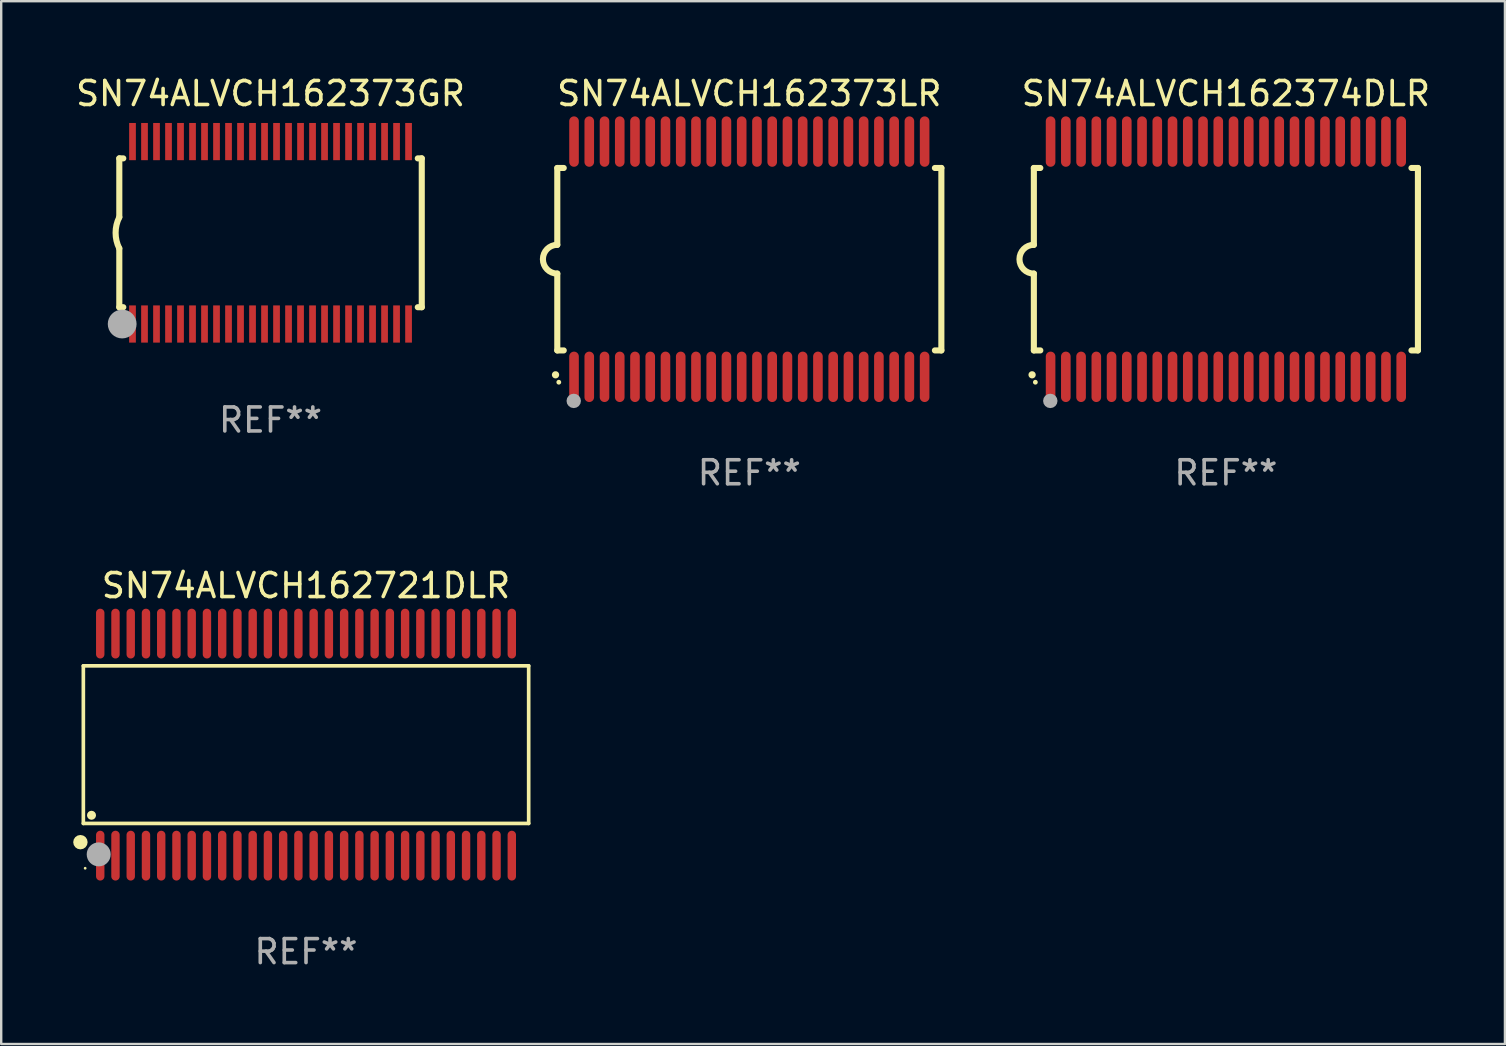
<source format=kicad_pcb>
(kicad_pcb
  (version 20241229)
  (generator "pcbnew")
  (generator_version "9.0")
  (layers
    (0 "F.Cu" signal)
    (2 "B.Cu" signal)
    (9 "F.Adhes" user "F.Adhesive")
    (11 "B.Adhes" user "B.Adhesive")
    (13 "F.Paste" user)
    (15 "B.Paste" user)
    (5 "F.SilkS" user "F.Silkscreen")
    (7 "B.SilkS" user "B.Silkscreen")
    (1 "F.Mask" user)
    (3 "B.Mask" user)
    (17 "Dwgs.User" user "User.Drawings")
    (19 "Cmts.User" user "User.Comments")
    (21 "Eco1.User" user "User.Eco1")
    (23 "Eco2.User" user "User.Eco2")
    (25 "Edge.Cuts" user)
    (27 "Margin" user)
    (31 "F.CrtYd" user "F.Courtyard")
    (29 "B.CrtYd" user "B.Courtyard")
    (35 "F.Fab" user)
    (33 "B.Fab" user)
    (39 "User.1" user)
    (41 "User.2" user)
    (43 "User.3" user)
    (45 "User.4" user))
  (footprint "SN74ALVCH162373GR"
    (layer "F.Cu")
    (at 8.22 6.648)
    (property "Reference" "SN74ALVCH162373GR" (at 0 -5.8 0) (layer "F.SilkS") (effects (font (size 1 1) (thickness 0.15))))
    (attr through_hole)
    (fp_line (start -6.3 -3.1) (end -6.3 -0.65) (stroke (width 0.254) (type solid)) (layer "F.SilkS"))
    (fp_line (start -6.3 -3.1) (end -6.134 -3.1) (stroke (width 0.254) (type solid)) (layer "F.SilkS"))
    (fp_line (start -6.3 3.1) (end -6.3 0.65) (stroke (width 0.254) (type solid)) (layer "F.SilkS"))
    (fp_line (start -6.3 3.1) (end -6.134 3.1) (stroke (width 0.254) (type solid)) (layer "F.SilkS"))
    (fp_line (start 6.134 -3.1) (end 6.3 -3.1) (stroke (width 0.254) (type solid)) (layer "F.SilkS"))
    (fp_line (start 6.134 3.1) (end 6.3 3.1) (stroke (width 0.254) (type solid)) (layer "F.SilkS"))
    (fp_line (start 6.3 -3.1) (end 6.3 3.1) (stroke (width 0.254) (type solid)) (layer "F.SilkS"))
    (fp_arc (start -6.301016 0.650114) (mid -6.45413 -0.000082) (end -6.3 -0.650038) (stroke (width 0.254001) (type solid)) (layer "F.SilkS"))
    (fp_circle (center -6.35 3.81) (end -6.223 3.81) (stroke (width 0.254) (type solid)) (fill no) (layer "F.SilkS"))
    (fp_circle (center -6.25 4.05) (end -6.22 4.05) (stroke (width 0.06) (type solid)) (fill no) (layer "F.SilkS"))
    (fp_circle (center -6.18 3.8) (end -5.88 3.8) (stroke (width 0.6) (type solid)) (fill no) (layer "F.Fab"))
    (fp_text user "REF**" (at 0 7.8 0) (layer "F.Fab") (effects (font (size 1 1) (thickness 0.15))))
    (pad "1" smd rect (at -5.75 3.8) (size 0.28 1.55) (layers "F.Cu" "F.Mask" "F.Paste"))
    (pad "2" smd rect (at -5.25 3.8) (size 0.28 1.55) (layers "F.Cu" "F.Mask" "F.Paste"))
    (pad "3" smd rect (at -4.75 3.8) (size 0.28 1.55) (layers "F.Cu" "F.Mask" "F.Paste"))
    (pad "4" smd rect (at -4.25 3.8) (size 0.28 1.55) (layers "F.Cu" "F.Mask" "F.Paste"))
    (pad "5" smd rect (at -3.75 3.8) (size 0.28 1.55) (layers "F.Cu" "F.Mask" "F.Paste"))
    (pad "6" smd rect (at -3.25 3.8) (size 0.28 1.55) (layers "F.Cu" "F.Mask" "F.Paste"))
    (pad "7" smd rect (at -2.75 3.8) (size 0.28 1.55) (layers "F.Cu" "F.Mask" "F.Paste"))
    (pad "8" smd rect (at -2.25 3.8) (size 0.28 1.55) (layers "F.Cu" "F.Mask" "F.Paste"))
    (pad "9" smd rect (at -1.75 3.8) (size 0.28 1.55) (layers "F.Cu" "F.Mask" "F.Paste"))
    (pad "10" smd rect (at -1.25 3.8) (size 0.28 1.55) (layers "F.Cu" "F.Mask" "F.Paste"))
    (pad "11" smd rect (at -0.75 3.8) (size 0.28 1.55) (layers "F.Cu" "F.Mask" "F.Paste"))
    (pad "12" smd rect (at -0.25 3.8) (size 0.28 1.55) (layers "F.Cu" "F.Mask" "F.Paste"))
    (pad "13" smd rect (at 0.25 3.8) (size 0.28 1.55) (layers "F.Cu" "F.Mask" "F.Paste"))
    (pad "14" smd rect (at 0.75 3.8) (size 0.28 1.55) (layers "F.Cu" "F.Mask" "F.Paste"))
    (pad "15" smd rect (at 1.25 3.8) (size 0.28 1.55) (layers "F.Cu" "F.Mask" "F.Paste"))
    (pad "16" smd rect (at 1.75 3.8) (size 0.28 1.55) (layers "F.Cu" "F.Mask" "F.Paste"))
    (pad "17" smd rect (at 2.25 3.8) (size 0.28 1.55) (layers "F.Cu" "F.Mask" "F.Paste"))
    (pad "18" smd rect (at 2.75 3.8) (size 0.28 1.55) (layers "F.Cu" "F.Mask" "F.Paste"))
    (pad "19" smd rect (at 3.25 3.8) (size 0.28 1.55) (layers "F.Cu" "F.Mask" "F.Paste"))
    (pad "20" smd rect (at 3.75 3.8) (size 0.28 1.55) (layers "F.Cu" "F.Mask" "F.Paste"))
    (pad "21" smd rect (at 4.25 3.8) (size 0.28 1.55) (layers "F.Cu" "F.Mask" "F.Paste"))
    (pad "22" smd rect (at 4.75 3.8) (size 0.28 1.55) (layers "F.Cu" "F.Mask" "F.Paste"))
    (pad "23" smd rect (at 5.25 3.8) (size 0.28 1.55) (layers "F.Cu" "F.Mask" "F.Paste"))
    (pad "24" smd rect (at 5.75 3.8) (size 0.28 1.55) (layers "F.Cu" "F.Mask" "F.Paste"))
    (pad "25" smd rect (at 5.75 -3.8) (size 0.28 1.55) (layers "F.Cu" "F.Mask" "F.Paste"))
    (pad "26" smd rect (at 5.25 -3.8) (size 0.28 1.55) (layers "F.Cu" "F.Mask" "F.Paste"))
    (pad "27" smd rect (at 4.75 -3.8) (size 0.28 1.55) (layers "F.Cu" "F.Mask" "F.Paste"))
    (pad "28" smd rect (at 4.25 -3.8) (size 0.28 1.55) (layers "F.Cu" "F.Mask" "F.Paste"))
    (pad "29" smd rect (at 3.75 -3.8) (size 0.28 1.55) (layers "F.Cu" "F.Mask" "F.Paste"))
    (pad "30" smd rect (at 3.25 -3.8) (size 0.28 1.55) (layers "F.Cu" "F.Mask" "F.Paste"))
    (pad "31" smd rect (at 2.75 -3.8) (size 0.28 1.55) (layers "F.Cu" "F.Mask" "F.Paste"))
    (pad "32" smd rect (at 2.25 -3.8) (size 0.28 1.55) (layers "F.Cu" "F.Mask" "F.Paste"))
    (pad "33" smd rect (at 1.75 -3.8) (size 0.28 1.55) (layers "F.Cu" "F.Mask" "F.Paste"))
    (pad "34" smd rect (at 1.25 -3.8) (size 0.28 1.55) (layers "F.Cu" "F.Mask" "F.Paste"))
    (pad "35" smd rect (at 0.75 -3.8) (size 0.28 1.55) (layers "F.Cu" "F.Mask" "F.Paste"))
    (pad "36" smd rect (at 0.25 -3.8) (size 0.28 1.55) (layers "F.Cu" "F.Mask" "F.Paste"))
    (pad "37" smd rect (at -0.25 -3.8) (size 0.28 1.55) (layers "F.Cu" "F.Mask" "F.Paste"))
    (pad "38" smd rect (at -0.75 -3.8) (size 0.28 1.55) (layers "F.Cu" "F.Mask" "F.Paste"))
    (pad "39" smd rect (at -1.25 -3.8) (size 0.28 1.55) (layers "F.Cu" "F.Mask" "F.Paste"))
    (pad "40" smd rect (at -1.75 -3.8) (size 0.28 1.55) (layers "F.Cu" "F.Mask" "F.Paste"))
    (pad "41" smd rect (at -2.25 -3.8) (size 0.28 1.55) (layers "F.Cu" "F.Mask" "F.Paste"))
    (pad "42" smd rect (at -2.75 -3.8) (size 0.28 1.55) (layers "F.Cu" "F.Mask" "F.Paste"))
    (pad "43" smd rect (at -3.25 -3.8) (size 0.28 1.55) (layers "F.Cu" "F.Mask" "F.Paste"))
    (pad "44" smd rect (at -3.75 -3.8) (size 0.28 1.55) (layers "F.Cu" "F.Mask" "F.Paste"))
    (pad "45" smd rect (at -4.25 -3.8) (size 0.28 1.55) (layers "F.Cu" "F.Mask" "F.Paste"))
    (pad "46" smd rect (at -4.75 -3.8) (size 0.28 1.55) (layers "F.Cu" "F.Mask" "F.Paste"))
    (pad "47" smd rect (at -5.25 -3.8) (size 0.28 1.55) (layers "F.Cu" "F.Mask" "F.Paste"))
    (pad "48" smd rect (at -5.75 -3.8) (size 0.28 1.55) (layers "F.Cu" "F.Mask" "F.Paste")))
  (footprint "SN74ALVCH162374DLR"
    (layer "F.Cu")
    (at 48.019 7.748)
    (property "Reference" "SN74ALVCH162374DLR" (at 0 -6.9 0) (layer "F.SilkS") (effects (font (size 1 1) (thickness 0.15))))
    (attr through_hole)
    (fp_line (start -8 -3.8) (end -8 -0.599) (stroke (width 0.254) (type solid)) (layer "F.SilkS"))
    (fp_line (start -8 -3.8) (end -7.731 -3.8) (stroke (width 0.254) (type solid)) (layer "F.SilkS"))
    (fp_line (start -8 3.8) (end -8 0.599) (stroke (width 0.254) (type solid)) (layer "F.SilkS"))
    (fp_line (start -7.731 3.8) (end -8 3.8) (stroke (width 0.254) (type solid)) (layer "F.SilkS"))
    (fp_line (start 7.731 -3.8) (end 8 -3.8) (stroke (width 0.254) (type solid)) (layer "F.SilkS"))
    (fp_line (start 8 -3.8) (end 8 3.8) (stroke (width 0.254) (type solid)) (layer "F.SilkS"))
    (fp_line (start 8 3.8) (end 7.731 3.8) (stroke (width 0.254) (type solid)) (layer "F.SilkS"))
    (fp_arc (start -8.074676 4.81585) (mid -8.073406 4.815845) (end -8.072136 4.81585) (stroke (width 0.3) (type solid)) (layer "F.SilkS"))
    (fp_arc (start -8.000025 0.6) (mid -8.598908 0.00056) (end -8.000027 -0.598882) (stroke (width 0.254001) (type solid)) (layer "F.SilkS"))
    (fp_circle (center -7.937 5.125) (end -7.887 5.125) (stroke (width 0.1) (type solid)) (fill no) (layer "F.SilkS"))
    (fp_circle (center -7.315 5.903) (end -7.165 5.903) (stroke (width 0.3) (type solid)) (fill no) (layer "F.Fab"))
    (fp_text user "REF**" (at 0 8.9 0) (layer "F.Fab") (effects (font (size 1 1) (thickness 0.15))))
    (pad "1" smd oval (at -7.303 4.9) (size 0.4 2.1) (layers "F.Cu" "F.Mask" "F.Paste"))
    (pad "2" smd oval (at -6.668 4.9) (size 0.4 2.1) (layers "F.Cu" "F.Mask" "F.Paste"))
    (pad "3" smd oval (at -6.033 4.9) (size 0.4 2.1) (layers "F.Cu" "F.Mask" "F.Paste"))
    (pad "4" smd oval (at -5.398 4.9) (size 0.4 2.1) (layers "F.Cu" "F.Mask" "F.Paste"))
    (pad "5" smd oval (at -4.763 4.9) (size 0.4 2.1) (layers "F.Cu" "F.Mask" "F.Paste"))
    (pad "6" smd oval (at -4.128 4.9) (size 0.4 2.1) (layers "F.Cu" "F.Mask" "F.Paste"))
    (pad "7" smd oval (at -3.493 4.9) (size 0.4 2.1) (layers "F.Cu" "F.Mask" "F.Paste"))
    (pad "8" smd oval (at -2.858 4.9) (size 0.4 2.1) (layers "F.Cu" "F.Mask" "F.Paste"))
    (pad "9" smd oval (at -2.223 4.9) (size 0.4 2.1) (layers "F.Cu" "F.Mask" "F.Paste"))
    (pad "10" smd oval (at -1.588 4.9) (size 0.4 2.1) (layers "F.Cu" "F.Mask" "F.Paste"))
    (pad "11" smd oval (at -0.953 4.9) (size 0.4 2.1) (layers "F.Cu" "F.Mask" "F.Paste"))
    (pad "12" smd oval (at -0.318 4.9) (size 0.4 2.1) (layers "F.Cu" "F.Mask" "F.Paste"))
    (pad "13" smd oval (at 0.318 4.9) (size 0.4 2.1) (layers "F.Cu" "F.Mask" "F.Paste"))
    (pad "14" smd oval (at 0.953 4.9) (size 0.4 2.1) (layers "F.Cu" "F.Mask" "F.Paste"))
    (pad "15" smd oval (at 1.588 4.9) (size 0.4 2.1) (layers "F.Cu" "F.Mask" "F.Paste"))
    (pad "16" smd oval (at 2.223 4.9) (size 0.4 2.1) (layers "F.Cu" "F.Mask" "F.Paste"))
    (pad "17" smd oval (at 2.858 4.9) (size 0.4 2.1) (layers "F.Cu" "F.Mask" "F.Paste"))
    (pad "18" smd oval (at 3.493 4.9) (size 0.4 2.1) (layers "F.Cu" "F.Mask" "F.Paste"))
    (pad "19" smd oval (at 4.128 4.9) (size 0.4 2.1) (layers "F.Cu" "F.Mask" "F.Paste"))
    (pad "20" smd oval (at 4.763 4.9) (size 0.4 2.1) (layers "F.Cu" "F.Mask" "F.Paste"))
    (pad "21" smd oval (at 5.398 4.9) (size 0.4 2.1) (layers "F.Cu" "F.Mask" "F.Paste"))
    (pad "22" smd oval (at 6.033 4.9) (size 0.4 2.1) (layers "F.Cu" "F.Mask" "F.Paste"))
    (pad "23" smd oval (at 6.668 4.9) (size 0.4 2.1) (layers "F.Cu" "F.Mask" "F.Paste"))
    (pad "24" smd oval (at 7.303 4.9) (size 0.4 2.1) (layers "F.Cu" "F.Mask" "F.Paste"))
    (pad "25" smd oval (at 7.303 -4.9 180) (size 0.4 2.1) (layers "F.Cu" "F.Mask" "F.Paste"))
    (pad "26" smd oval (at 6.668 -4.9 180) (size 0.4 2.1) (layers "F.Cu" "F.Mask" "F.Paste"))
    (pad "27" smd oval (at 6.033 -4.9 180) (size 0.4 2.1) (layers "F.Cu" "F.Mask" "F.Paste"))
    (pad "28" smd oval (at 5.398 -4.9 180) (size 0.4 2.1) (layers "F.Cu" "F.Mask" "F.Paste"))
    (pad "29" smd oval (at 4.763 -4.9 180) (size 0.4 2.1) (layers "F.Cu" "F.Mask" "F.Paste"))
    (pad "30" smd oval (at 4.128 -4.9 180) (size 0.4 2.1) (layers "F.Cu" "F.Mask" "F.Paste"))
    (pad "31" smd oval (at 3.493 -4.9 180) (size 0.4 2.1) (layers "F.Cu" "F.Mask" "F.Paste"))
    (pad "32" smd oval (at 2.858 -4.9 180) (size 0.4 2.1) (layers "F.Cu" "F.Mask" "F.Paste"))
    (pad "33" smd oval (at 2.223 -4.9 180) (size 0.4 2.1) (layers "F.Cu" "F.Mask" "F.Paste"))
    (pad "34" smd oval (at 1.588 -4.9 180) (size 0.4 2.1) (layers "F.Cu" "F.Mask" "F.Paste"))
    (pad "35" smd oval (at 0.953 -4.9 180) (size 0.4 2.1) (layers "F.Cu" "F.Mask" "F.Paste"))
    (pad "36" smd oval (at 0.318 -4.9 180) (size 0.4 2.1) (layers "F.Cu" "F.Mask" "F.Paste"))
    (pad "37" smd oval (at -0.318 -4.9 180) (size 0.4 2.1) (layers "F.Cu" "F.Mask" "F.Paste"))
    (pad "38" smd oval (at -0.953 -4.9 180) (size 0.4 2.1) (layers "F.Cu" "F.Mask" "F.Paste"))
    (pad "39" smd oval (at -1.588 -4.9 180) (size 0.4 2.1) (layers "F.Cu" "F.Mask" "F.Paste"))
    (pad "40" smd oval (at -2.223 -4.9 180) (size 0.4 2.1) (layers "F.Cu" "F.Mask" "F.Paste"))
    (pad "41" smd oval (at -2.858 -4.9 180) (size 0.4 2.1) (layers "F.Cu" "F.Mask" "F.Paste"))
    (pad "42" smd oval (at -3.493 -4.9 180) (size 0.4 2.1) (layers "F.Cu" "F.Mask" "F.Paste"))
    (pad "43" smd oval (at -4.128 -4.9 180) (size 0.4 2.1) (layers "F.Cu" "F.Mask" "F.Paste"))
    (pad "44" smd oval (at -4.763 -4.9 180) (size 0.4 2.1) (layers "F.Cu" "F.Mask" "F.Paste"))
    (pad "45" smd oval (at -5.398 -4.9 180) (size 0.4 2.1) (layers "F.Cu" "F.Mask" "F.Paste"))
    (pad "46" smd oval (at -6.033 -4.9 180) (size 0.4 2.1) (layers "F.Cu" "F.Mask" "F.Paste"))
    (pad "47" smd oval (at -6.668 -4.9 180) (size 0.4 2.1) (layers "F.Cu" "F.Mask" "F.Paste"))
    (pad "48" smd oval (at -7.303 -4.9 180) (size 0.4 2.1) (layers "F.Cu" "F.Mask" "F.Paste")))
  (footprint "SN74ALVCH162721DLR"
    (layer "F.Cu")
    (at 9.698 27.97)
    (property "Reference" "SN74ALVCH162721DLR" (at 0 -6.625 0) (layer "F.SilkS") (effects (font (size 1 1) (thickness 0.15))))
    (attr through_hole)
    (fp_line (start -9.276 -3.283) (end 9.276 -3.283) (stroke (width 0.152) (type solid)) (layer "F.SilkS"))
    (fp_line (start -9.276 3.283) (end -9.276 -3.283) (stroke (width 0.152) (type solid)) (layer "F.SilkS"))
    (fp_line (start 9.276 -3.283) (end 9.276 3.283) (stroke (width 0.152) (type solid)) (layer "F.SilkS"))
    (fp_line (start 9.276 3.283) (end -9.276 3.283) (stroke (width 0.152) (type solid)) (layer "F.SilkS"))
    (fp_circle (center -9.398 4.064) (end -9.248 4.064) (stroke (width 0.3) (type solid)) (fill no) (layer "F.SilkS"))
    (fp_circle (center -9.2 5.15) (end -9.17 5.15) (stroke (width 0.06) (type solid)) (fill no) (layer "F.SilkS"))
    (fp_circle (center -8.936 2.943) (end -8.842 2.943) (stroke (width 0.188) (type solid)) (fill no) (layer "F.SilkS"))
    (fp_circle (center -8.636 4.572) (end -8.386 4.572) (stroke (width 0.5) (type solid)) (fill no) (layer "F.Fab"))
    (fp_text user "REF**" (at 0 8.625 0) (layer "F.Fab") (effects (font (size 1 1) (thickness 0.15))))
    (pad "1" smd oval (at -8.572 4.625 90) (size 2.075 0.35) (layers "F.Cu" "F.Mask" "F.Paste"))
    (pad "2" smd oval (at -7.937 4.625 90) (size 2.075 0.35) (layers "F.Cu" "F.Mask" "F.Paste"))
    (pad "3" smd oval (at -7.302 4.625 90) (size 2.075 0.35) (layers "F.Cu" "F.Mask" "F.Paste"))
    (pad "4" smd oval (at -6.667 4.625 90) (size 2.075 0.35) (layers "F.Cu" "F.Mask" "F.Paste"))
    (pad "5" smd oval (at -6.032 4.625 90) (size 2.075 0.35) (layers "F.Cu" "F.Mask" "F.Paste"))
    (pad "6" smd oval (at -5.397 4.625 90) (size 2.075 0.35) (layers "F.Cu" "F.Mask" "F.Paste"))
    (pad "7" smd oval (at -4.762 4.625 90) (size 2.075 0.35) (layers "F.Cu" "F.Mask" "F.Paste"))
    (pad "8" smd oval (at -4.127 4.625 90) (size 2.075 0.35) (layers "F.Cu" "F.Mask" "F.Paste"))
    (pad "9" smd oval (at -3.492 4.625 90) (size 2.075 0.35) (layers "F.Cu" "F.Mask" "F.Paste"))
    (pad "10" smd oval (at -2.857 4.625 90) (size 2.075 0.35) (layers "F.Cu" "F.Mask" "F.Paste"))
    (pad "11" smd oval (at -2.222 4.625 90) (size 2.075 0.35) (layers "F.Cu" "F.Mask" "F.Paste"))
    (pad "12" smd oval (at -1.587 4.625 90) (size 2.075 0.35) (layers "F.Cu" "F.Mask" "F.Paste"))
    (pad "13" smd oval (at -0.952 4.625 90) (size 2.075 0.35) (layers "F.Cu" "F.Mask" "F.Paste"))
    (pad "14" smd oval (at -0.317 4.625 90) (size 2.075 0.35) (layers "F.Cu" "F.Mask" "F.Paste"))
    (pad "15" smd oval (at 0.318 4.625 90) (size 2.075 0.35) (layers "F.Cu" "F.Mask" "F.Paste"))
    (pad "16" smd oval (at 0.953 4.625 90) (size 2.075 0.35) (layers "F.Cu" "F.Mask" "F.Paste"))
    (pad "17" smd oval (at 1.588 4.625 90) (size 2.075 0.35) (layers "F.Cu" "F.Mask" "F.Paste"))
    (pad "18" smd oval (at 2.223 4.625 90) (size 2.075 0.35) (layers "F.Cu" "F.Mask" "F.Paste"))
    (pad "19" smd oval (at 2.858 4.625 90) (size 2.075 0.35) (layers "F.Cu" "F.Mask" "F.Paste"))
    (pad "20" smd oval (at 3.493 4.625 90) (size 2.075 0.35) (layers "F.Cu" "F.Mask" "F.Paste"))
    (pad "21" smd oval (at 4.128 4.625 90) (size 2.075 0.35) (layers "F.Cu" "F.Mask" "F.Paste"))
    (pad "22" smd oval (at 4.763 4.625 90) (size 2.075 0.35) (layers "F.Cu" "F.Mask" "F.Paste"))
    (pad "23" smd oval (at 5.398 4.625 90) (size 2.075 0.35) (layers "F.Cu" "F.Mask" "F.Paste"))
    (pad "24" smd oval (at 6.033 4.625 90) (size 2.075 0.35) (layers "F.Cu" "F.Mask" "F.Paste"))
    (pad "25" smd oval (at 6.668 4.625 90) (size 2.075 0.35) (layers "F.Cu" "F.Mask" "F.Paste"))
    (pad "26" smd oval (at 7.303 4.625 90) (size 2.075 0.35) (layers "F.Cu" "F.Mask" "F.Paste"))
    (pad "27" smd oval (at 7.938 4.625 90) (size 2.075 0.35) (layers "F.Cu" "F.Mask" "F.Paste"))
    (pad "28" smd oval (at 8.573 4.625 90) (size 2.075 0.35) (layers "F.Cu" "F.Mask" "F.Paste"))
    (pad "29" smd oval (at 8.573 -4.625 90) (size 2.075 0.35) (layers "F.Cu" "F.Mask" "F.Paste"))
    (pad "30" smd oval (at 7.938 -4.625 90) (size 2.075 0.35) (layers "F.Cu" "F.Mask" "F.Paste"))
    (pad "31" smd oval (at 7.303 -4.625 90) (size 2.075 0.35) (layers "F.Cu" "F.Mask" "F.Paste"))
    (pad "32" smd oval (at 6.668 -4.625 90) (size 2.075 0.35) (layers "F.Cu" "F.Mask" "F.Paste"))
    (pad "33" smd oval (at 6.033 -4.625 90) (size 2.075 0.35) (layers "F.Cu" "F.Mask" "F.Paste"))
    (pad "34" smd oval (at 5.398 -4.625 90) (size 2.075 0.35) (layers "F.Cu" "F.Mask" "F.Paste"))
    (pad "35" smd oval (at 4.763 -4.625 90) (size 2.075 0.35) (layers "F.Cu" "F.Mask" "F.Paste"))
    (pad "36" smd oval (at 4.128 -4.625 90) (size 2.075 0.35) (layers "F.Cu" "F.Mask" "F.Paste"))
    (pad "37" smd oval (at 3.493 -4.625 90) (size 2.075 0.35) (layers "F.Cu" "F.Mask" "F.Paste"))
    (pad "38" smd oval (at 2.858 -4.625 90) (size 2.075 0.35) (layers "F.Cu" "F.Mask" "F.Paste"))
    (pad "39" smd oval (at 2.223 -4.625 90) (size 2.075 0.35) (layers "F.Cu" "F.Mask" "F.Paste"))
    (pad "40" smd oval (at 1.588 -4.625 90) (size 2.075 0.35) (layers "F.Cu" "F.Mask" "F.Paste"))
    (pad "41" smd oval (at 0.953 -4.625 90) (size 2.075 0.35) (layers "F.Cu" "F.Mask" "F.Paste"))
    (pad "42" smd oval (at 0.318 -4.625 90) (size 2.075 0.35) (layers "F.Cu" "F.Mask" "F.Paste"))
    (pad "43" smd oval (at -0.317 -4.625 90) (size 2.075 0.35) (layers "F.Cu" "F.Mask" "F.Paste"))
    (pad "44" smd oval (at -0.952 -4.625 90) (size 2.075 0.35) (layers "F.Cu" "F.Mask" "F.Paste"))
    (pad "45" smd oval (at -1.587 -4.625 90) (size 2.075 0.35) (layers "F.Cu" "F.Mask" "F.Paste"))
    (pad "46" smd oval (at -2.222 -4.625 90) (size 2.075 0.35) (layers "F.Cu" "F.Mask" "F.Paste"))
    (pad "47" smd oval (at -2.857 -4.625 90) (size 2.075 0.35) (layers "F.Cu" "F.Mask" "F.Paste"))
    (pad "48" smd oval (at -3.492 -4.625 90) (size 2.075 0.35) (layers "F.Cu" "F.Mask" "F.Paste"))
    (pad "49" smd oval (at -4.127 -4.625 90) (size 2.075 0.35) (layers "F.Cu" "F.Mask" "F.Paste"))
    (pad "50" smd oval (at -4.762 -4.625 90) (size 2.075 0.35) (layers "F.Cu" "F.Mask" "F.Paste"))
    (pad "51" smd oval (at -5.397 -4.625 90) (size 2.075 0.35) (layers "F.Cu" "F.Mask" "F.Paste"))
    (pad "52" smd oval (at -6.032 -4.625 90) (size 2.075 0.35) (layers "F.Cu" "F.Mask" "F.Paste"))
    (pad "53" smd oval (at -6.667 -4.625 90) (size 2.075 0.35) (layers "F.Cu" "F.Mask" "F.Paste"))
    (pad "54" smd oval (at -7.302 -4.625 90) (size 2.075 0.35) (layers "F.Cu" "F.Mask" "F.Paste"))
    (pad "55" smd oval (at -7.937 -4.625 90) (size 2.075 0.35) (layers "F.Cu" "F.Mask" "F.Paste"))
    (pad "56" smd oval (at -8.572 -4.625 90) (size 2.075 0.35) (layers "F.Cu" "F.Mask" "F.Paste")))
  (footprint "SN74ALVCH162373LR"
    (layer "F.Cu")
    (at 28.166 7.748)
    (property "Reference" "SN74ALVCH162373LR" (at 0 -6.9 0) (layer "F.SilkS") (effects (font (size 1 1) (thickness 0.15))))
    (attr through_hole)
    (fp_line (start -8 -3.8) (end -8 -0.599) (stroke (width 0.254) (type solid)) (layer "F.SilkS"))
    (fp_line (start -8 -3.8) (end -7.731 -3.8) (stroke (width 0.254) (type solid)) (layer "F.SilkS"))
    (fp_line (start -8 3.8) (end -8 0.599) (stroke (width 0.254) (type solid)) (layer "F.SilkS"))
    (fp_line (start -7.731 3.8) (end -8 3.8) (stroke (width 0.254) (type solid)) (layer "F.SilkS"))
    (fp_line (start 7.731 -3.8) (end 8 -3.8) (stroke (width 0.254) (type solid)) (layer "F.SilkS"))
    (fp_line (start 8 -3.8) (end 8 3.8) (stroke (width 0.254) (type solid)) (layer "F.SilkS"))
    (fp_line (start 8 3.8) (end 7.731 3.8) (stroke (width 0.254) (type solid)) (layer "F.SilkS"))
    (fp_arc (start -8.074676 4.81585) (mid -8.073406 4.815845) (end -8.072136 4.81585) (stroke (width 0.3) (type solid)) (layer "F.SilkS"))
    (fp_arc (start -8.000025 0.6) (mid -8.598908 0.00056) (end -8.000027 -0.598882) (stroke (width 0.254001) (type solid)) (layer "F.SilkS"))
    (fp_circle (center -7.937 5.125) (end -7.887 5.125) (stroke (width 0.1) (type solid)) (fill no) (layer "F.SilkS"))
    (fp_circle (center -7.315 5.903) (end -7.165 5.903) (stroke (width 0.3) (type solid)) (fill no) (layer "F.Fab"))
    (fp_text user "REF**" (at 0 8.9 0) (layer "F.Fab") (effects (font (size 1 1) (thickness 0.15))))
    (pad "1" smd oval (at -7.303 4.9) (size 0.4 2.1) (layers "F.Cu" "F.Mask" "F.Paste"))
    (pad "2" smd oval (at -6.668 4.9) (size 0.4 2.1) (layers "F.Cu" "F.Mask" "F.Paste"))
    (pad "3" smd oval (at -6.033 4.9) (size 0.4 2.1) (layers "F.Cu" "F.Mask" "F.Paste"))
    (pad "4" smd oval (at -5.398 4.9) (size 0.4 2.1) (layers "F.Cu" "F.Mask" "F.Paste"))
    (pad "5" smd oval (at -4.763 4.9) (size 0.4 2.1) (layers "F.Cu" "F.Mask" "F.Paste"))
    (pad "6" smd oval (at -4.128 4.9) (size 0.4 2.1) (layers "F.Cu" "F.Mask" "F.Paste"))
    (pad "7" smd oval (at -3.493 4.9) (size 0.4 2.1) (layers "F.Cu" "F.Mask" "F.Paste"))
    (pad "8" smd oval (at -2.858 4.9) (size 0.4 2.1) (layers "F.Cu" "F.Mask" "F.Paste"))
    (pad "9" smd oval (at -2.223 4.9) (size 0.4 2.1) (layers "F.Cu" "F.Mask" "F.Paste"))
    (pad "10" smd oval (at -1.588 4.9) (size 0.4 2.1) (layers "F.Cu" "F.Mask" "F.Paste"))
    (pad "11" smd oval (at -0.953 4.9) (size 0.4 2.1) (layers "F.Cu" "F.Mask" "F.Paste"))
    (pad "12" smd oval (at -0.318 4.9) (size 0.4 2.1) (layers "F.Cu" "F.Mask" "F.Paste"))
    (pad "13" smd oval (at 0.318 4.9) (size 0.4 2.1) (layers "F.Cu" "F.Mask" "F.Paste"))
    (pad "14" smd oval (at 0.953 4.9) (size 0.4 2.1) (layers "F.Cu" "F.Mask" "F.Paste"))
    (pad "15" smd oval (at 1.588 4.9) (size 0.4 2.1) (layers "F.Cu" "F.Mask" "F.Paste"))
    (pad "16" smd oval (at 2.223 4.9) (size 0.4 2.1) (layers "F.Cu" "F.Mask" "F.Paste"))
    (pad "17" smd oval (at 2.858 4.9) (size 0.4 2.1) (layers "F.Cu" "F.Mask" "F.Paste"))
    (pad "18" smd oval (at 3.493 4.9) (size 0.4 2.1) (layers "F.Cu" "F.Mask" "F.Paste"))
    (pad "19" smd oval (at 4.128 4.9) (size 0.4 2.1) (layers "F.Cu" "F.Mask" "F.Paste"))
    (pad "20" smd oval (at 4.763 4.9) (size 0.4 2.1) (layers "F.Cu" "F.Mask" "F.Paste"))
    (pad "21" smd oval (at 5.398 4.9) (size 0.4 2.1) (layers "F.Cu" "F.Mask" "F.Paste"))
    (pad "22" smd oval (at 6.033 4.9) (size 0.4 2.1) (layers "F.Cu" "F.Mask" "F.Paste"))
    (pad "23" smd oval (at 6.668 4.9) (size 0.4 2.1) (layers "F.Cu" "F.Mask" "F.Paste"))
    (pad "24" smd oval (at 7.303 4.9) (size 0.4 2.1) (layers "F.Cu" "F.Mask" "F.Paste"))
    (pad "25" smd oval (at 7.303 -4.9 180) (size 0.4 2.1) (layers "F.Cu" "F.Mask" "F.Paste"))
    (pad "26" smd oval (at 6.668 -4.9 180) (size 0.4 2.1) (layers "F.Cu" "F.Mask" "F.Paste"))
    (pad "27" smd oval (at 6.033 -4.9 180) (size 0.4 2.1) (layers "F.Cu" "F.Mask" "F.Paste"))
    (pad "28" smd oval (at 5.398 -4.9 180) (size 0.4 2.1) (layers "F.Cu" "F.Mask" "F.Paste"))
    (pad "29" smd oval (at 4.763 -4.9 180) (size 0.4 2.1) (layers "F.Cu" "F.Mask" "F.Paste"))
    (pad "30" smd oval (at 4.128 -4.9 180) (size 0.4 2.1) (layers "F.Cu" "F.Mask" "F.Paste"))
    (pad "31" smd oval (at 3.493 -4.9 180) (size 0.4 2.1) (layers "F.Cu" "F.Mask" "F.Paste"))
    (pad "32" smd oval (at 2.858 -4.9 180) (size 0.4 2.1) (layers "F.Cu" "F.Mask" "F.Paste"))
    (pad "33" smd oval (at 2.223 -4.9 180) (size 0.4 2.1) (layers "F.Cu" "F.Mask" "F.Paste"))
    (pad "34" smd oval (at 1.588 -4.9 180) (size 0.4 2.1) (layers "F.Cu" "F.Mask" "F.Paste"))
    (pad "35" smd oval (at 0.953 -4.9 180) (size 0.4 2.1) (layers "F.Cu" "F.Mask" "F.Paste"))
    (pad "36" smd oval (at 0.318 -4.9 180) (size 0.4 2.1) (layers "F.Cu" "F.Mask" "F.Paste"))
    (pad "37" smd oval (at -0.318 -4.9 180) (size 0.4 2.1) (layers "F.Cu" "F.Mask" "F.Paste"))
    (pad "38" smd oval (at -0.953 -4.9 180) (size 0.4 2.1) (layers "F.Cu" "F.Mask" "F.Paste"))
    (pad "39" smd oval (at -1.588 -4.9 180) (size 0.4 2.1) (layers "F.Cu" "F.Mask" "F.Paste"))
    (pad "40" smd oval (at -2.223 -4.9 180) (size 0.4 2.1) (layers "F.Cu" "F.Mask" "F.Paste"))
    (pad "41" smd oval (at -2.858 -4.9 180) (size 0.4 2.1) (layers "F.Cu" "F.Mask" "F.Paste"))
    (pad "42" smd oval (at -3.493 -4.9 180) (size 0.4 2.1) (layers "F.Cu" "F.Mask" "F.Paste"))
    (pad "43" smd oval (at -4.128 -4.9 180) (size 0.4 2.1) (layers "F.Cu" "F.Mask" "F.Paste"))
    (pad "44" smd oval (at -4.763 -4.9 180) (size 0.4 2.1) (layers "F.Cu" "F.Mask" "F.Paste"))
    (pad "45" smd oval (at -5.398 -4.9 180) (size 0.4 2.1) (layers "F.Cu" "F.Mask" "F.Paste"))
    (pad "46" smd oval (at -6.033 -4.9 180) (size 0.4 2.1) (layers "F.Cu" "F.Mask" "F.Paste"))
    (pad "47" smd oval (at -6.668 -4.9 180) (size 0.4 2.1) (layers "F.Cu" "F.Mask" "F.Paste"))
    (pad "48" smd oval (at -7.303 -4.9 180) (size 0.4 2.1) (layers "F.Cu" "F.Mask" "F.Paste")))
  (gr_rect
    (start -3 -3)
    (end 59.644 40.443)
    (stroke (width 0.1) (type default))
    (fill no)
    (layer "Edge.Cuts")))
</source>
